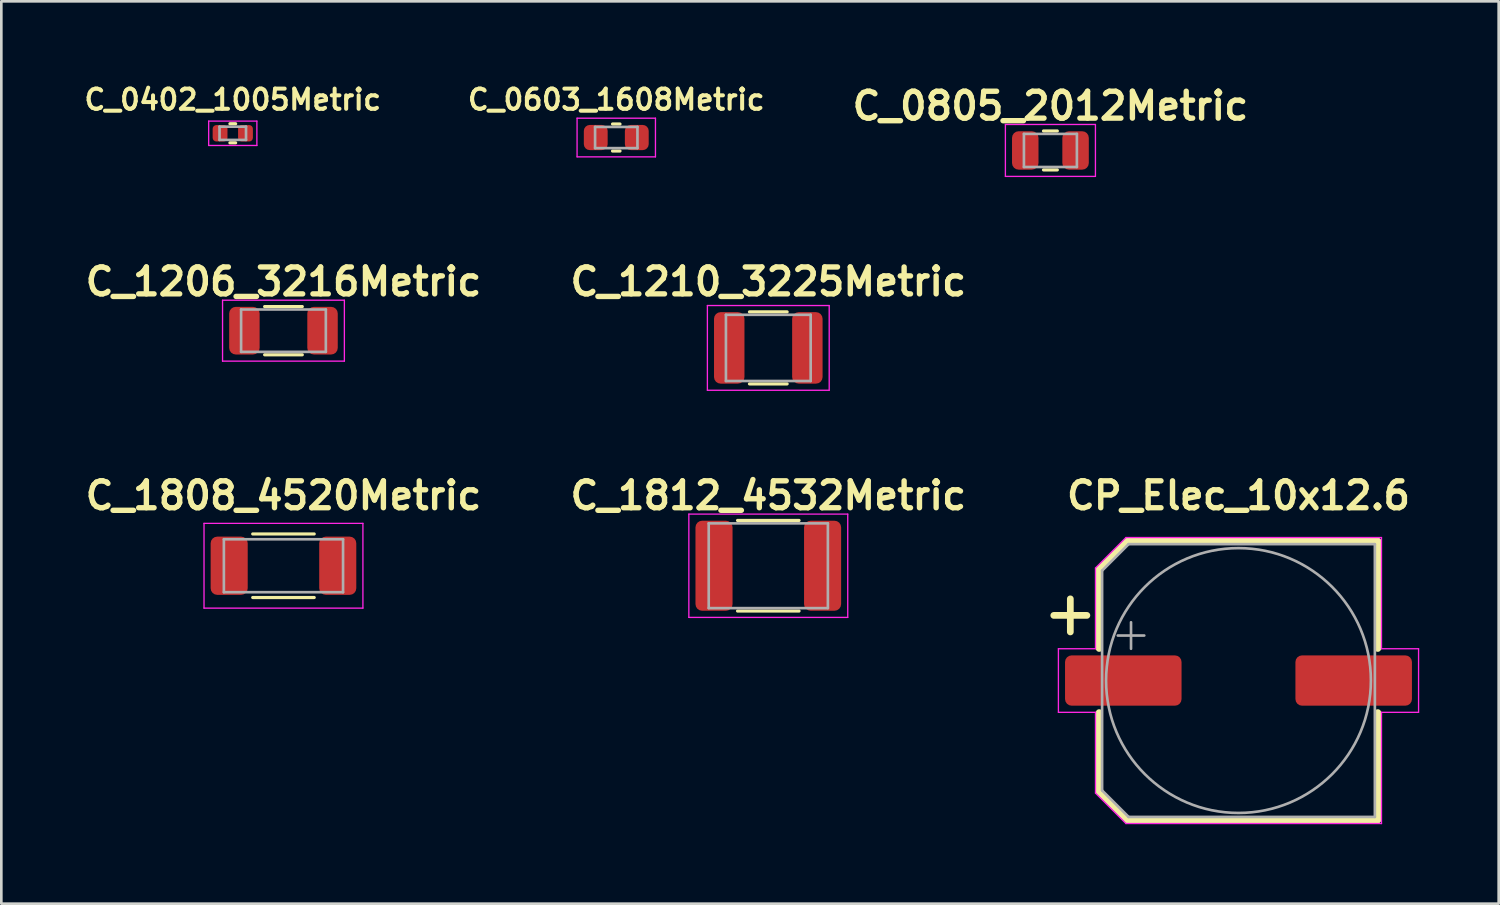
<source format=kicad_pcb>
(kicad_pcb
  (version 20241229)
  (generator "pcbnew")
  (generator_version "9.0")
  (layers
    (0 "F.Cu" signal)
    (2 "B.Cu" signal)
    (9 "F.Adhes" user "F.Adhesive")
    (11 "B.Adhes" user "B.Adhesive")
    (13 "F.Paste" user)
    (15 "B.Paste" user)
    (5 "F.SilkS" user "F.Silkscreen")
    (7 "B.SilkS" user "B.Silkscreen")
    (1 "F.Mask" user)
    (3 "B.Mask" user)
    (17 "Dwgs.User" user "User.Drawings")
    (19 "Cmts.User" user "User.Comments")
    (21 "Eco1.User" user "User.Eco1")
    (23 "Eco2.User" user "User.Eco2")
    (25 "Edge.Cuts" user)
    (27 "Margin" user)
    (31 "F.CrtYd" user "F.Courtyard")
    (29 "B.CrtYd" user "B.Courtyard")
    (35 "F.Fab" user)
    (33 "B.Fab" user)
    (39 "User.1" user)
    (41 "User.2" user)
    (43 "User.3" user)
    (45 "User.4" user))
  (footprint "C_0603_1608Metric"
    (layer "F.Cu")
    (at 20.221 2.143)
    (property "Reference" "C_0603_1608Metric" (at 0 -1.43 0) (layer "F.SilkS") (effects (font (size 0.762 0.762) (thickness 0.152) (bold yes))))
    (attr smd)
    (fp_line (start -0.141 -0.51) (end 0.141 -0.51) (stroke (width 0.12) (type solid)) (layer "F.SilkS"))
    (fp_line (start -0.141 0.51) (end 0.141 0.51) (stroke (width 0.12) (type solid)) (layer "F.SilkS"))
    (fp_line (start -1.48 -0.73) (end 1.48 -0.73) (stroke (width 0.05) (type solid)) (layer "F.CrtYd"))
    (fp_line (start -1.48 0.73) (end -1.48 -0.73) (stroke (width 0.05) (type solid)) (layer "F.CrtYd"))
    (fp_line (start 1.48 -0.73) (end 1.48 0.73) (stroke (width 0.05) (type solid)) (layer "F.CrtYd"))
    (fp_line (start 1.48 0.73) (end -1.48 0.73) (stroke (width 0.05) (type solid)) (layer "F.CrtYd"))
    (fp_line (start -0.8 -0.4) (end 0.8 -0.4) (stroke (width 0.1) (type solid)) (layer "F.Fab"))
    (fp_line (start -0.8 0.4) (end -0.8 -0.4) (stroke (width 0.1) (type solid)) (layer "F.Fab"))
    (fp_line (start 0.8 -0.4) (end 0.8 0.4) (stroke (width 0.1) (type solid)) (layer "F.Fab"))
    (fp_line (start 0.8 0.4) (end -0.8 0.4) (stroke (width 0.1) (type solid)) (layer "F.Fab"))
    (pad "1" smd roundrect (at -0.775 0) (size 0.9 0.95) (layers "F.Cu" "F.Mask" "F.Paste") (roundrect_rratio 0.25))
    (pad "2" smd roundrect (at 0.775 0) (size 0.9 0.95) (layers "F.Cu" "F.Mask" "F.Paste") (roundrect_rratio 0.25)))
  (footprint "C_1812_4532Metric"
    (layer "F.Cu")
    (at 25.962 18.313)
    (property "Reference" "C_1812_4532Metric" (at 0 -2.65 0) (layer "F.SilkS") (effects (font (size 1.016 1.016) (thickness 0.203) (bold yes))))
    (attr smd)
    (fp_line (start -1.161 -1.71) (end 1.161 -1.71) (stroke (width 0.12) (type solid)) (layer "F.SilkS"))
    (fp_line (start -1.161 1.71) (end 1.161 1.71) (stroke (width 0.12) (type solid)) (layer "F.SilkS"))
    (fp_line (start -3 -1.95) (end 3 -1.95) (stroke (width 0.05) (type solid)) (layer "F.CrtYd"))
    (fp_line (start -3 1.95) (end -3 -1.95) (stroke (width 0.05) (type solid)) (layer "F.CrtYd"))
    (fp_line (start 3 -1.95) (end 3 1.95) (stroke (width 0.05) (type solid)) (layer "F.CrtYd"))
    (fp_line (start 3 1.95) (end -3 1.95) (stroke (width 0.05) (type solid)) (layer "F.CrtYd"))
    (fp_line (start -2.25 -1.6) (end 2.25 -1.6) (stroke (width 0.1) (type solid)) (layer "F.Fab"))
    (fp_line (start -2.25 1.6) (end -2.25 -1.6) (stroke (width 0.1) (type solid)) (layer "F.Fab"))
    (fp_line (start 2.25 -1.6) (end 2.25 1.6) (stroke (width 0.1) (type solid)) (layer "F.Fab"))
    (fp_line (start 2.25 1.6) (end -2.25 1.6) (stroke (width 0.1) (type solid)) (layer "F.Fab"))
    (pad "1" smd roundrect (at -2.05 0) (size 1.4 3.4) (layers "F.Cu" "F.Mask" "F.Paste") (roundrect_rratio 0.179))
    (pad "2" smd roundrect (at 2.05 0) (size 1.4 3.4) (layers "F.Cu" "F.Mask" "F.Paste") (roundrect_rratio 0.179)))
  (footprint "C_0402_1005Metric"
    (layer "F.Cu")
    (at 5.74 1.983)
    (property "Reference" "C_0402_1005Metric" (at 0 -1.27 0) (layer "F.SilkS") (effects (font (size 0.762 0.762) (thickness 0.152) (bold yes))))
    (attr smd)
    (fp_line (start -0.108 -0.36) (end 0.108 -0.36) (stroke (width 0.12) (type solid)) (layer "F.SilkS"))
    (fp_line (start -0.108 0.36) (end 0.108 0.36) (stroke (width 0.12) (type solid)) (layer "F.SilkS"))
    (fp_line (start -0.91 -0.46) (end 0.91 -0.46) (stroke (width 0.05) (type solid)) (layer "F.CrtYd"))
    (fp_line (start -0.91 0.46) (end -0.91 -0.46) (stroke (width 0.05) (type solid)) (layer "F.CrtYd"))
    (fp_line (start 0.91 -0.46) (end 0.91 0.46) (stroke (width 0.05) (type solid)) (layer "F.CrtYd"))
    (fp_line (start 0.91 0.46) (end -0.91 0.46) (stroke (width 0.05) (type solid)) (layer "F.CrtYd"))
    (fp_line (start -0.5 -0.25) (end 0.5 -0.25) (stroke (width 0.1) (type solid)) (layer "F.Fab"))
    (fp_line (start -0.5 0.25) (end -0.5 -0.25) (stroke (width 0.1) (type solid)) (layer "F.Fab"))
    (fp_line (start 0.5 -0.25) (end 0.5 0.25) (stroke (width 0.1) (type solid)) (layer "F.Fab"))
    (fp_line (start 0.5 0.25) (end -0.5 0.25) (stroke (width 0.1) (type solid)) (layer "F.Fab"))
    (pad "1" smd roundrect (at -0.48 0) (size 0.56 0.62) (layers "F.Cu" "F.Mask" "F.Paste") (roundrect_rratio 0.25))
    (pad "2" smd roundrect (at 0.48 0) (size 0.56 0.62) (layers "F.Cu" "F.Mask" "F.Paste") (roundrect_rratio 0.25)))
  (footprint "C_1808_4520Metric"
    (layer "F.Cu")
    (at 7.654 18.313)
    (property "Reference" "C_1808_4520Metric" (at 0 -2.65 0) (layer "F.SilkS") (effects (font (size 1.016 1.016) (thickness 0.203) (bold yes))))
    (attr smd)
    (fp_line (start -1.161 -1.2) (end 1.161 -1.2) (stroke (width 0.12) (type solid)) (layer "F.SilkS"))
    (fp_line (start -1.161 1.2) (end 1.161 1.2) (stroke (width 0.12) (type solid)) (layer "F.SilkS"))
    (fp_line (start -3 -1.6) (end 3 -1.6) (stroke (width 0.05) (type solid)) (layer "F.CrtYd"))
    (fp_line (start -3 1.6) (end -3 -1.6) (stroke (width 0.05) (type solid)) (layer "F.CrtYd"))
    (fp_line (start 3 -1.6) (end 3 1.6) (stroke (width 0.05) (type solid)) (layer "F.CrtYd"))
    (fp_line (start 3 1.6) (end -3 1.6) (stroke (width 0.05) (type solid)) (layer "F.CrtYd"))
    (fp_line (start -2.25 -1) (end 2.25 -1) (stroke (width 0.1) (type solid)) (layer "F.Fab"))
    (fp_line (start -2.25 1) (end -2.25 -1) (stroke (width 0.1) (type solid)) (layer "F.Fab"))
    (fp_line (start 2.25 -1) (end 2.25 1) (stroke (width 0.1) (type solid)) (layer "F.Fab"))
    (fp_line (start 2.25 1) (end -2.25 1) (stroke (width 0.1) (type solid)) (layer "F.Fab"))
    (pad "1" smd roundrect (at -2.05 0) (size 1.4 2.2) (layers "F.Cu" "F.Mask" "F.Paste") (roundrect_rratio 0.179))
    (pad "2" smd roundrect (at 2.05 0) (size 1.4 2.2) (layers "F.Cu" "F.Mask" "F.Paste") (roundrect_rratio 0.179)))
  (footprint "C_0805_2012Metric"
    (layer "F.Cu")
    (at 36.615 2.631)
    (property "Reference" "C_0805_2012Metric" (at 0 -1.68 0) (layer "F.SilkS") (effects (font (size 1.016 1.016) (thickness 0.203))))
    (attr smd)
    (fp_line (start -0.261 -0.735) (end 0.261 -0.735) (stroke (width 0.12) (type solid)) (layer "F.SilkS"))
    (fp_line (start -0.261 0.735) (end 0.261 0.735) (stroke (width 0.12) (type solid)) (layer "F.SilkS"))
    (fp_line (start -1.7 -0.98) (end 1.7 -0.98) (stroke (width 0.05) (type solid)) (layer "F.CrtYd"))
    (fp_line (start -1.7 0.98) (end -1.7 -0.98) (stroke (width 0.05) (type solid)) (layer "F.CrtYd"))
    (fp_line (start 1.7 -0.98) (end 1.7 0.98) (stroke (width 0.05) (type solid)) (layer "F.CrtYd"))
    (fp_line (start 1.7 0.98) (end -1.7 0.98) (stroke (width 0.05) (type solid)) (layer "F.CrtYd"))
    (fp_line (start -1 -0.625) (end 1 -0.625) (stroke (width 0.1) (type solid)) (layer "F.Fab"))
    (fp_line (start -1 0.625) (end -1 -0.625) (stroke (width 0.1) (type solid)) (layer "F.Fab"))
    (fp_line (start 1 -0.625) (end 1 0.625) (stroke (width 0.1) (type solid)) (layer "F.Fab"))
    (fp_line (start 1 0.625) (end -1 0.625) (stroke (width 0.1) (type solid)) (layer "F.Fab"))
    (pad "1" smd roundrect (at -0.95 0) (size 1 1.45) (layers "F.Cu" "F.Mask" "F.Paste") (roundrect_rratio 0.25))
    (pad "2" smd roundrect (at 0.95 0) (size 1 1.45) (layers "F.Cu" "F.Mask" "F.Paste") (roundrect_rratio 0.25)))
  (footprint "CP_Elec_10x12.6"
    (layer "F.Cu")
    (at 43.717 22.648)
    (property "Reference" "CP_Elec_10x12.6" (at 0 -6.985 0) (layer "F.SilkS") (effects (font (size 1.016 1.016) (thickness 0.203) (bold yes))))
    (attr smd)
    (fp_line (start -6.975 -2.46) (end -5.725 -2.46) (stroke (width 0.254) (type solid)) (layer "F.SilkS"))
    (fp_line (start -6.35 -3.085) (end -6.35 -1.835) (stroke (width 0.254) (type solid)) (layer "F.SilkS"))
    (fp_line (start -5.26 -4.196) (end -5.26 -1.21) (stroke (width 0.254) (type solid)) (layer "F.SilkS"))
    (fp_line (start -5.26 -4.196) (end -4.196 -5.26) (stroke (width 0.254) (type solid)) (layer "F.SilkS"))
    (fp_line (start -5.26 4.196) (end -5.26 1.21) (stroke (width 0.254) (type solid)) (layer "F.SilkS"))
    (fp_line (start -5.26 4.196) (end -4.196 5.26) (stroke (width 0.254) (type solid)) (layer "F.SilkS"))
    (fp_line (start -4.196 -5.26) (end 5.26 -5.26) (stroke (width 0.254) (type solid)) (layer "F.SilkS"))
    (fp_line (start -4.196 5.26) (end 5.26 5.26) (stroke (width 0.254) (type solid)) (layer "F.SilkS"))
    (fp_line (start 5.26 -5.26) (end 5.26 -1.21) (stroke (width 0.254) (type solid)) (layer "F.SilkS"))
    (fp_line (start 5.26 5.26) (end 5.26 1.21) (stroke (width 0.254) (type solid)) (layer "F.SilkS"))
    (fp_line (start -6.8 -1.2) (end -6.8 1.2) (stroke (width 0.05) (type solid)) (layer "F.CrtYd"))
    (fp_line (start -6.8 1.2) (end -5.4 1.2) (stroke (width 0.05) (type solid)) (layer "F.CrtYd"))
    (fp_line (start -5.4 -4.25) (end -5.4 -1.2) (stroke (width 0.05) (type solid)) (layer "F.CrtYd"))
    (fp_line (start -5.4 -4.25) (end -4.25 -5.4) (stroke (width 0.05) (type solid)) (layer "F.CrtYd"))
    (fp_line (start -5.4 -1.2) (end -6.8 -1.2) (stroke (width 0.05) (type solid)) (layer "F.CrtYd"))
    (fp_line (start -5.4 1.2) (end -5.4 4.25) (stroke (width 0.05) (type solid)) (layer "F.CrtYd"))
    (fp_line (start -5.4 4.25) (end -4.25 5.4) (stroke (width 0.05) (type solid)) (layer "F.CrtYd"))
    (fp_line (start -4.25 -5.4) (end 5.4 -5.4) (stroke (width 0.05) (type solid)) (layer "F.CrtYd"))
    (fp_line (start -4.25 5.4) (end 5.4 5.4) (stroke (width 0.05) (type solid)) (layer "F.CrtYd"))
    (fp_line (start 5.4 -5.4) (end 5.4 -1.2) (stroke (width 0.05) (type solid)) (layer "F.CrtYd"))
    (fp_line (start 5.4 -1.2) (end 6.8 -1.2) (stroke (width 0.05) (type solid)) (layer "F.CrtYd"))
    (fp_line (start 5.4 1.2) (end 5.4 5.4) (stroke (width 0.05) (type solid)) (layer "F.CrtYd"))
    (fp_line (start 6.8 -1.2) (end 6.8 1.2) (stroke (width 0.05) (type solid)) (layer "F.CrtYd"))
    (fp_line (start 6.8 1.2) (end 5.4 1.2) (stroke (width 0.05) (type solid)) (layer "F.CrtYd"))
    (fp_line (start -5.15 -4.15) (end -5.15 4.15) (stroke (width 0.1) (type solid)) (layer "F.Fab"))
    (fp_line (start -5.15 -4.15) (end -4.15 -5.15) (stroke (width 0.1) (type solid)) (layer "F.Fab"))
    (fp_line (start -5.15 4.15) (end -4.15 5.15) (stroke (width 0.1) (type solid)) (layer "F.Fab"))
    (fp_line (start -4.558 -1.7) (end -3.558 -1.7) (stroke (width 0.1) (type solid)) (layer "F.Fab"))
    (fp_line (start -4.15 -5.15) (end 5.15 -5.15) (stroke (width 0.1) (type solid)) (layer "F.Fab"))
    (fp_line (start -4.15 5.15) (end 5.15 5.15) (stroke (width 0.1) (type solid)) (layer "F.Fab"))
    (fp_line (start -4.058 -2.2) (end -4.058 -1.2) (stroke (width 0.1) (type solid)) (layer "F.Fab"))
    (fp_line (start 5.15 -5.15) (end 5.15 5.15) (stroke (width 0.1) (type solid)) (layer "F.Fab"))
    (fp_circle (center 0 0) (end 5 0) (stroke (width 0.1) (type solid)) (fill no) (layer "F.Fab"))
    (pad "1" smd roundrect (at -4.35 0) (size 4.4 1.9) (layers "F.Cu" "F.Mask" "F.Paste") (roundrect_rratio 0.132))
    (pad "2" smd roundrect (at 4.35 0) (size 4.4 1.9) (layers "F.Cu" "F.Mask" "F.Paste") (roundrect_rratio 0.132)))
  (footprint "C_1206_3216Metric"
    (layer "F.Cu")
    (at 7.654 9.437)
    (property "Reference" "C_1206_3216Metric" (at 0 -1.85 0) (layer "F.SilkS") (effects (font (size 1.016 1.016) (thickness 0.203))))
    (attr smd)
    (fp_line (start -0.711 -0.91) (end 0.711 -0.91) (stroke (width 0.12) (type solid)) (layer "F.SilkS"))
    (fp_line (start -0.711 0.91) (end 0.711 0.91) (stroke (width 0.12) (type solid)) (layer "F.SilkS"))
    (fp_line (start -2.3 -1.15) (end 2.3 -1.15) (stroke (width 0.05) (type solid)) (layer "F.CrtYd"))
    (fp_line (start -2.3 1.15) (end -2.3 -1.15) (stroke (width 0.05) (type solid)) (layer "F.CrtYd"))
    (fp_line (start 2.3 -1.15) (end 2.3 1.15) (stroke (width 0.05) (type solid)) (layer "F.CrtYd"))
    (fp_line (start 2.3 1.15) (end -2.3 1.15) (stroke (width 0.05) (type solid)) (layer "F.CrtYd"))
    (fp_line (start -1.6 -0.8) (end 1.6 -0.8) (stroke (width 0.1) (type solid)) (layer "F.Fab"))
    (fp_line (start -1.6 0.8) (end -1.6 -0.8) (stroke (width 0.1) (type solid)) (layer "F.Fab"))
    (fp_line (start 1.6 -0.8) (end 1.6 0.8) (stroke (width 0.1) (type solid)) (layer "F.Fab"))
    (fp_line (start 1.6 0.8) (end -1.6 0.8) (stroke (width 0.1) (type solid)) (layer "F.Fab"))
    (pad "1" smd roundrect (at -1.475 0) (size 1.15 1.8) (layers "F.Cu" "F.Mask" "F.Paste") (roundrect_rratio 0.217))
    (pad "2" smd roundrect (at 1.475 0) (size 1.15 1.8) (layers "F.Cu" "F.Mask" "F.Paste") (roundrect_rratio 0.217)))
  (footprint "C_1210_3225Metric"
    (layer "F.Cu")
    (at 25.962 10.087)
    (property "Reference" "C_1210_3225Metric" (at 0 -2.5 0) (layer "F.SilkS") (effects (font (size 1.016 1.016) (thickness 0.203))))
    (attr smd)
    (fp_line (start -0.711 -1.36) (end 0.711 -1.36) (stroke (width 0.12) (type solid)) (layer "F.SilkS"))
    (fp_line (start -0.711 1.36) (end 0.711 1.36) (stroke (width 0.12) (type solid)) (layer "F.SilkS"))
    (fp_line (start -2.3 -1.6) (end 2.3 -1.6) (stroke (width 0.05) (type solid)) (layer "F.CrtYd"))
    (fp_line (start -2.3 1.6) (end -2.3 -1.6) (stroke (width 0.05) (type solid)) (layer "F.CrtYd"))
    (fp_line (start 2.3 -1.6) (end 2.3 1.6) (stroke (width 0.05) (type solid)) (layer "F.CrtYd"))
    (fp_line (start 2.3 1.6) (end -2.3 1.6) (stroke (width 0.05) (type solid)) (layer "F.CrtYd"))
    (fp_line (start -1.6 -1.25) (end 1.6 -1.25) (stroke (width 0.1) (type solid)) (layer "F.Fab"))
    (fp_line (start -1.6 1.25) (end -1.6 -1.25) (stroke (width 0.1) (type solid)) (layer "F.Fab"))
    (fp_line (start 1.6 -1.25) (end 1.6 1.25) (stroke (width 0.1) (type solid)) (layer "F.Fab"))
    (fp_line (start 1.6 1.25) (end -1.6 1.25) (stroke (width 0.1) (type solid)) (layer "F.Fab"))
    (pad "1" smd roundrect (at -1.475 0) (size 1.15 2.7) (layers "F.Cu" "F.Mask" "F.Paste") (roundrect_rratio 0.217))
    (pad "2" smd roundrect (at 1.475 0) (size 1.15 2.7) (layers "F.Cu" "F.Mask" "F.Paste") (roundrect_rratio 0.217)))
  (gr_rect
    (start -3 -3)
    (end 53.542 31.073)
    (stroke (width 0.1) (type default))
    (fill no)
    (layer "Edge.Cuts")))
</source>
